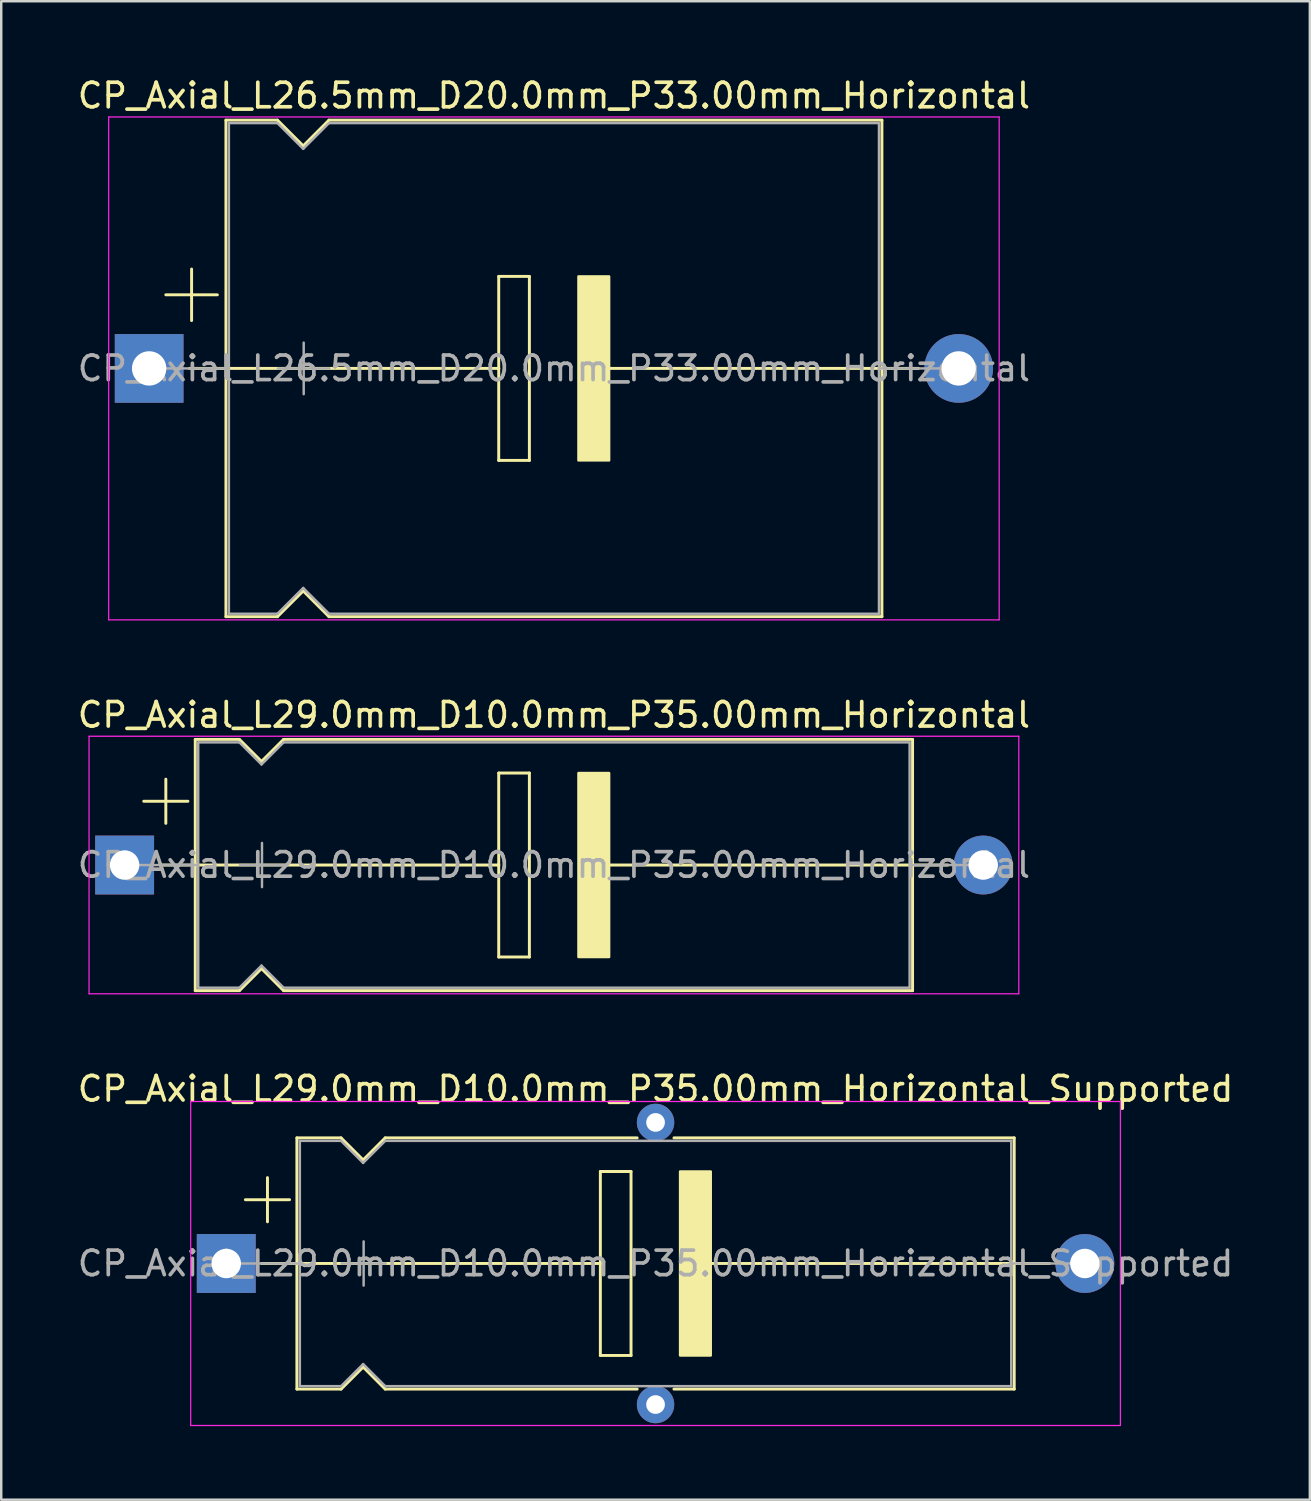
<source format=kicad_pcb>
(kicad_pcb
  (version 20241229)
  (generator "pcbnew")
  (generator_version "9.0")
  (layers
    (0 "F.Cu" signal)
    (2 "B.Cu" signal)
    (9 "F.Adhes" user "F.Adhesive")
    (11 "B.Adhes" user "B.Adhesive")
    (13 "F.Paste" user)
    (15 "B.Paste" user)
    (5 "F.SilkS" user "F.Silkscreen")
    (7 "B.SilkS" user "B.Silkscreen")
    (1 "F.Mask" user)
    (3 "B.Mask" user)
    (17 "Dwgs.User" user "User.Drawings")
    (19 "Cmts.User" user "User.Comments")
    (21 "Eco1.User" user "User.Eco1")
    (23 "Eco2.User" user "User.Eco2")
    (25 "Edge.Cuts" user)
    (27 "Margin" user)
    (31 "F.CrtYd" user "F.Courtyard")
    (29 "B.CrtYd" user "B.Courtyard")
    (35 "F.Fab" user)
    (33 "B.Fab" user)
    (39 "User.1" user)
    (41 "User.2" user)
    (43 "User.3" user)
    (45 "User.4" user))
  (footprint "CP_Axial_L29.0mm_D10.0mm_P35.00mm_Horizontal_Supported"
    (layer "F.Cu")
    (at 6.173 48.455)
    (property "Reference" "CP_Axial_L29.0mm_D10.0mm_P35.00mm_Horizontal_Supported" (at 17.5 -7.12 0) (layer "F.SilkS") (effects (font (size 1 1) (thickness 0.15))))
    (attr through_hole)
    (fp_line (start 0.78 -2.6) (end 2.58 -2.6) (stroke (width 0.12) (type solid)) (layer "F.SilkS"))
    (fp_line (start 1.44 0) (end 2.88 0) (stroke (width 0.12) (type solid)) (layer "F.SilkS"))
    (fp_line (start 1.68 -3.5) (end 1.68 -1.7) (stroke (width 0.12) (type solid)) (layer "F.SilkS"))
    (fp_line (start 2.88 -5.12) (end 2.88 5.12) (stroke (width 0.12) (type solid)) (layer "F.SilkS"))
    (fp_line (start 2.88 -5.12) (end 4.68 -5.12) (stroke (width 0.12) (type solid)) (layer "F.SilkS"))
    (fp_line (start 2.88 0) (end 15.25 0) (stroke (width 0.12) (type solid)) (layer "F.SilkS"))
    (fp_line (start 2.88 5.12) (end 4.68 5.12) (stroke (width 0.12) (type solid)) (layer "F.SilkS"))
    (fp_line (start 4.68 -5.12) (end 5.58 -4.22) (stroke (width 0.12) (type solid)) (layer "F.SilkS"))
    (fp_line (start 4.68 5.12) (end 5.58 4.22) (stroke (width 0.12) (type solid)) (layer "F.SilkS"))
    (fp_line (start 5.58 -4.22) (end 6.48 -5.12) (stroke (width 0.12) (type solid)) (layer "F.SilkS"))
    (fp_line (start 5.58 4.22) (end 6.48 5.12) (stroke (width 0.12) (type solid)) (layer "F.SilkS"))
    (fp_line (start 6.48 -5.12) (end 16.75 -5.12) (stroke (width 0.12) (type solid)) (layer "F.SilkS"))
    (fp_line (start 6.48 5.12) (end 16.75 5.12) (stroke (width 0.12) (type solid)) (layer "F.SilkS"))
    (fp_line (start 15.25 -3.75) (end 16.5 -3.75) (stroke (width 0.12) (type solid)) (layer "F.SilkS"))
    (fp_line (start 15.25 0) (end 15.25 -3.75) (stroke (width 0.12) (type solid)) (layer "F.SilkS"))
    (fp_line (start 15.25 3.75) (end 15.25 0) (stroke (width 0.12) (type solid)) (layer "F.SilkS"))
    (fp_line (start 16.5 -3.75) (end 16.5 3.75) (stroke (width 0.12) (type solid)) (layer "F.SilkS"))
    (fp_line (start 16.5 3.75) (end 15.25 3.75) (stroke (width 0.12) (type solid)) (layer "F.SilkS"))
    (fp_line (start 18.25 -5.12) (end 32.12 -5.12) (stroke (width 0.12) (type solid)) (layer "F.SilkS"))
    (fp_line (start 18.25 5.12) (end 32.12 5.12) (stroke (width 0.12) (type solid)) (layer "F.SilkS"))
    (fp_line (start 19.75 0) (end 32.131 0) (stroke (width 0.12) (type solid)) (layer "F.SilkS"))
    (fp_line (start 32.12 -5.12) (end 32.12 5.12) (stroke (width 0.12) (type solid)) (layer "F.SilkS"))
    (fp_line (start 33.56 0) (end 32.12 0) (stroke (width 0.12) (type solid)) (layer "F.SilkS"))
    (fp_poly (pts (xy 19.75 3.75) (xy 18.5 3.75) (xy 18.5 -3.75) (xy 19.75 -3.75)) (stroke (width 0.1) (type solid)) (fill yes) (layer "F.SilkS"))
    (fp_line (start -1.45 -6.604) (end -1.45 6.604) (stroke (width 0.05) (type solid)) (layer "F.CrtYd"))
    (fp_line (start -1.45 6.604) (end 36.45 6.604) (stroke (width 0.05) (type solid)) (layer "F.CrtYd"))
    (fp_line (start 36.449 6.604) (end 36.449 -6.604) (stroke (width 0.05) (type solid)) (layer "F.CrtYd"))
    (fp_line (start 36.45 -6.604) (end -1.45 -6.604) (stroke (width 0.05) (type solid)) (layer "F.CrtYd"))
    (fp_line (start 0 0) (end 3 0) (stroke (width 0.1) (type solid)) (layer "F.Fab"))
    (fp_line (start 3 -5) (end 3 5) (stroke (width 0.1) (type solid)) (layer "F.Fab"))
    (fp_line (start 3 -5) (end 4.68 -5) (stroke (width 0.1) (type solid)) (layer "F.Fab"))
    (fp_line (start 3 5) (end 4.68 5) (stroke (width 0.1) (type solid)) (layer "F.Fab"))
    (fp_line (start 4.68 -5) (end 5.58 -4.1) (stroke (width 0.1) (type solid)) (layer "F.Fab"))
    (fp_line (start 4.68 5) (end 5.58 4.1) (stroke (width 0.1) (type solid)) (layer "F.Fab"))
    (fp_line (start 4.7 0) (end 6.5 0) (stroke (width 0.1) (type solid)) (layer "F.Fab"))
    (fp_line (start 5.58 -4.1) (end 6.48 -5) (stroke (width 0.1) (type solid)) (layer "F.Fab"))
    (fp_line (start 5.58 4.1) (end 6.48 5) (stroke (width 0.1) (type solid)) (layer "F.Fab"))
    (fp_line (start 5.6 -0.9) (end 5.6 0.9) (stroke (width 0.1) (type solid)) (layer "F.Fab"))
    (fp_line (start 6.48 -5) (end 32 -5) (stroke (width 0.1) (type solid)) (layer "F.Fab"))
    (fp_line (start 6.48 5) (end 32 5) (stroke (width 0.1) (type solid)) (layer "F.Fab"))
    (fp_line (start 32 -5) (end 32 5) (stroke (width 0.1) (type solid)) (layer "F.Fab"))
    (fp_line (start 35 0) (end 32 0) (stroke (width 0.1) (type solid)) (layer "F.Fab"))
    (fp_text user "${REFERENCE}" (at 17.5 0 0) (layer "F.Fab") (effects (font (size 1 1) (thickness 0.15))))
    (pad "" thru_hole circle (at 17.5 -5.75) (size 1.524 1.524) (drill 0.762) (layers "*.Cu" "*.Mask"))
    (pad "" thru_hole circle (at 17.5 5.75) (size 1.524 1.524) (drill 0.762) (layers "*.Cu" "*.Mask"))
    (pad "1" thru_hole rect (at 0 0) (size 2.4 2.4) (drill 1.2) (layers "*.Cu" "*.Mask"))
    (pad "2" thru_hole oval (at 35 0) (size 2.4 2.4) (drill 1.2) (layers "*.Cu" "*.Mask")))
  (footprint "CP_Axial_L29.0mm_D10.0mm_P35.00mm_Horizontal"
    (layer "F.Cu")
    (at 2.03 32.212)
    (property "Reference" "CP_Axial_L29.0mm_D10.0mm_P35.00mm_Horizontal" (at 17.5 -6.12 0) (layer "F.SilkS") (effects (font (size 1 1) (thickness 0.15))))
    (attr through_hole)
    (fp_line (start 0.78 -2.6) (end 2.58 -2.6) (stroke (width 0.12) (type solid)) (layer "F.SilkS"))
    (fp_line (start 1.44 0) (end 2.88 0) (stroke (width 0.12) (type solid)) (layer "F.SilkS"))
    (fp_line (start 1.68 -3.5) (end 1.68 -1.7) (stroke (width 0.12) (type solid)) (layer "F.SilkS"))
    (fp_line (start 2.88 -5.12) (end 2.88 5.12) (stroke (width 0.12) (type solid)) (layer "F.SilkS"))
    (fp_line (start 2.88 -5.12) (end 4.68 -5.12) (stroke (width 0.12) (type solid)) (layer "F.SilkS"))
    (fp_line (start 2.88 0) (end 15.25 0) (stroke (width 0.12) (type solid)) (layer "F.SilkS"))
    (fp_line (start 2.88 5.12) (end 4.68 5.12) (stroke (width 0.12) (type solid)) (layer "F.SilkS"))
    (fp_line (start 4.68 -5.12) (end 5.58 -4.22) (stroke (width 0.12) (type solid)) (layer "F.SilkS"))
    (fp_line (start 4.68 5.12) (end 5.58 4.22) (stroke (width 0.12) (type solid)) (layer "F.SilkS"))
    (fp_line (start 5.58 -4.22) (end 6.48 -5.12) (stroke (width 0.12) (type solid)) (layer "F.SilkS"))
    (fp_line (start 5.58 4.22) (end 6.48 5.12) (stroke (width 0.12) (type solid)) (layer "F.SilkS"))
    (fp_line (start 6.48 -5.12) (end 32.12 -5.12) (stroke (width 0.12) (type solid)) (layer "F.SilkS"))
    (fp_line (start 6.48 5.12) (end 32.12 5.12) (stroke (width 0.12) (type solid)) (layer "F.SilkS"))
    (fp_line (start 15.25 -3.75) (end 16.5 -3.75) (stroke (width 0.12) (type solid)) (layer "F.SilkS"))
    (fp_line (start 15.25 0) (end 15.25 -3.75) (stroke (width 0.12) (type solid)) (layer "F.SilkS"))
    (fp_line (start 15.25 3.75) (end 15.25 0) (stroke (width 0.12) (type solid)) (layer "F.SilkS"))
    (fp_line (start 16.5 -3.75) (end 16.5 3.75) (stroke (width 0.12) (type solid)) (layer "F.SilkS"))
    (fp_line (start 16.5 3.75) (end 15.25 3.75) (stroke (width 0.12) (type solid)) (layer "F.SilkS"))
    (fp_line (start 19.75 0) (end 32.12 0) (stroke (width 0.12) (type solid)) (layer "F.SilkS"))
    (fp_line (start 32.12 -5.12) (end 32.12 5.12) (stroke (width 0.12) (type solid)) (layer "F.SilkS"))
    (fp_line (start 33.56 0) (end 32.12 0) (stroke (width 0.12) (type solid)) (layer "F.SilkS"))
    (fp_poly (pts (xy 19.75 3.75) (xy 18.5 3.75) (xy 18.5 -3.75) (xy 19.75 -3.75)) (stroke (width 0.1) (type solid)) (fill yes) (layer "F.SilkS"))
    (fp_line (start -1.45 -5.25) (end -1.45 5.25) (stroke (width 0.05) (type solid)) (layer "F.CrtYd"))
    (fp_line (start -1.45 5.25) (end 36.45 5.25) (stroke (width 0.05) (type solid)) (layer "F.CrtYd"))
    (fp_line (start 36.45 -5.25) (end -1.45 -5.25) (stroke (width 0.05) (type solid)) (layer "F.CrtYd"))
    (fp_line (start 36.45 5.25) (end 36.45 -5.25) (stroke (width 0.05) (type solid)) (layer "F.CrtYd"))
    (fp_line (start 0 0) (end 3 0) (stroke (width 0.1) (type solid)) (layer "F.Fab"))
    (fp_line (start 3 -5) (end 3 5) (stroke (width 0.1) (type solid)) (layer "F.Fab"))
    (fp_line (start 3 -5) (end 4.68 -5) (stroke (width 0.1) (type solid)) (layer "F.Fab"))
    (fp_line (start 3 5) (end 4.68 5) (stroke (width 0.1) (type solid)) (layer "F.Fab"))
    (fp_line (start 4.68 -5) (end 5.58 -4.1) (stroke (width 0.1) (type solid)) (layer "F.Fab"))
    (fp_line (start 4.68 5) (end 5.58 4.1) (stroke (width 0.1) (type solid)) (layer "F.Fab"))
    (fp_line (start 4.7 0) (end 6.5 0) (stroke (width 0.1) (type solid)) (layer "F.Fab"))
    (fp_line (start 5.58 -4.1) (end 6.48 -5) (stroke (width 0.1) (type solid)) (layer "F.Fab"))
    (fp_line (start 5.58 4.1) (end 6.48 5) (stroke (width 0.1) (type solid)) (layer "F.Fab"))
    (fp_line (start 5.6 -0.9) (end 5.6 0.9) (stroke (width 0.1) (type solid)) (layer "F.Fab"))
    (fp_line (start 6.48 -5) (end 32 -5) (stroke (width 0.1) (type solid)) (layer "F.Fab"))
    (fp_line (start 6.48 5) (end 32 5) (stroke (width 0.1) (type solid)) (layer "F.Fab"))
    (fp_line (start 32 -5) (end 32 5) (stroke (width 0.1) (type solid)) (layer "F.Fab"))
    (fp_line (start 35 0) (end 32 0) (stroke (width 0.1) (type solid)) (layer "F.Fab"))
    (fp_text user "${REFERENCE}" (at 17.5 0 0) (layer "F.Fab") (effects (font (size 1 1) (thickness 0.15))))
    (pad "1" thru_hole rect (at 0 0) (size 2.4 2.4) (drill 1.2) (layers "*.Cu" "*.Mask"))
    (pad "2" thru_hole oval (at 35 0) (size 2.4 2.4) (drill 1.2) (layers "*.Cu" "*.Mask")))
  (footprint "CP_Axial_L26.5mm_D20.0mm_P33.00mm_Horizontal"
    (layer "F.Cu")
    (at 3.03 11.968)
    (property "Reference" "CP_Axial_L26.5mm_D20.0mm_P33.00mm_Horizontal" (at 16.5 -11.12 0) (layer "F.SilkS") (effects (font (size 1 1) (thickness 0.15))))
    (attr through_hole)
    (fp_line (start 0.68 -3) (end 2.78 -3) (stroke (width 0.12) (type solid)) (layer "F.SilkS"))
    (fp_line (start 1.64 0) (end 3.13 0) (stroke (width 0.12) (type solid)) (layer "F.SilkS"))
    (fp_line (start 1.73 -4.05) (end 1.73 -1.95) (stroke (width 0.12) (type solid)) (layer "F.SilkS"))
    (fp_line (start 3.13 -10.12) (end 3.13 10.12) (stroke (width 0.12) (type solid)) (layer "F.SilkS"))
    (fp_line (start 3.13 -10.12) (end 5.23 -10.12) (stroke (width 0.12) (type solid)) (layer "F.SilkS"))
    (fp_line (start 3.13 0) (end 14.25 0) (stroke (width 0.12) (type solid)) (layer "F.SilkS"))
    (fp_line (start 3.13 10.12) (end 5.23 10.12) (stroke (width 0.12) (type solid)) (layer "F.SilkS"))
    (fp_line (start 5.23 -10.12) (end 6.28 -9.07) (stroke (width 0.12) (type solid)) (layer "F.SilkS"))
    (fp_line (start 5.23 10.12) (end 6.28 9.07) (stroke (width 0.12) (type solid)) (layer "F.SilkS"))
    (fp_line (start 6.28 -9.07) (end 7.33 -10.12) (stroke (width 0.12) (type solid)) (layer "F.SilkS"))
    (fp_line (start 6.28 9.07) (end 7.33 10.12) (stroke (width 0.12) (type solid)) (layer "F.SilkS"))
    (fp_line (start 7.33 -10.12) (end 29.87 -10.12) (stroke (width 0.12) (type solid)) (layer "F.SilkS"))
    (fp_line (start 7.33 10.12) (end 29.87 10.12) (stroke (width 0.12) (type solid)) (layer "F.SilkS"))
    (fp_line (start 14.25 -3.75) (end 15.5 -3.75) (stroke (width 0.12) (type solid)) (layer "F.SilkS"))
    (fp_line (start 14.25 0) (end 14.25 -3.75) (stroke (width 0.12) (type solid)) (layer "F.SilkS"))
    (fp_line (start 14.25 3.75) (end 14.25 0) (stroke (width 0.12) (type solid)) (layer "F.SilkS"))
    (fp_line (start 15.5 -3.75) (end 15.5 3.75) (stroke (width 0.12) (type solid)) (layer "F.SilkS"))
    (fp_line (start 15.5 3.75) (end 14.25 3.75) (stroke (width 0.12) (type solid)) (layer "F.SilkS"))
    (fp_line (start 18.75 0) (end 29.87 0) (stroke (width 0.12) (type solid)) (layer "F.SilkS"))
    (fp_line (start 29.87 -10.12) (end 29.87 10.12) (stroke (width 0.12) (type solid)) (layer "F.SilkS"))
    (fp_line (start 31.36 0) (end 29.87 0) (stroke (width 0.12) (type solid)) (layer "F.SilkS"))
    (fp_poly (pts (xy 18.75 3.75) (xy 17.5 3.75) (xy 17.5 -3.75) (xy 18.75 -3.75)) (stroke (width 0.1) (type solid)) (fill yes) (layer "F.SilkS"))
    (fp_line (start -1.65 -10.25) (end -1.65 10.25) (stroke (width 0.05) (type solid)) (layer "F.CrtYd"))
    (fp_line (start -1.65 10.25) (end 34.65 10.25) (stroke (width 0.05) (type solid)) (layer "F.CrtYd"))
    (fp_line (start 34.65 -10.25) (end -1.65 -10.25) (stroke (width 0.05) (type solid)) (layer "F.CrtYd"))
    (fp_line (start 34.65 10.25) (end 34.65 -10.25) (stroke (width 0.05) (type solid)) (layer "F.CrtYd"))
    (fp_line (start 0 0) (end 3.25 0) (stroke (width 0.1) (type solid)) (layer "F.Fab"))
    (fp_line (start 3.25 -10) (end 3.25 10) (stroke (width 0.1) (type solid)) (layer "F.Fab"))
    (fp_line (start 3.25 -10) (end 5.23 -10) (stroke (width 0.1) (type solid)) (layer "F.Fab"))
    (fp_line (start 3.25 10) (end 5.23 10) (stroke (width 0.1) (type solid)) (layer "F.Fab"))
    (fp_line (start 5.23 -10) (end 6.28 -8.95) (stroke (width 0.1) (type solid)) (layer "F.Fab"))
    (fp_line (start 5.23 10) (end 6.28 8.95) (stroke (width 0.1) (type solid)) (layer "F.Fab"))
    (fp_line (start 5.25 0) (end 7.35 0) (stroke (width 0.1) (type solid)) (layer "F.Fab"))
    (fp_line (start 6.28 -8.95) (end 7.33 -10) (stroke (width 0.1) (type solid)) (layer "F.Fab"))
    (fp_line (start 6.28 8.95) (end 7.33 10) (stroke (width 0.1) (type solid)) (layer "F.Fab"))
    (fp_line (start 6.3 -1.05) (end 6.3 1.05) (stroke (width 0.1) (type solid)) (layer "F.Fab"))
    (fp_line (start 7.33 -10) (end 29.75 -10) (stroke (width 0.1) (type solid)) (layer "F.Fab"))
    (fp_line (start 7.33 10) (end 29.75 10) (stroke (width 0.1) (type solid)) (layer "F.Fab"))
    (fp_line (start 29.75 -10) (end 29.75 10) (stroke (width 0.1) (type solid)) (layer "F.Fab"))
    (fp_line (start 33 0) (end 29.75 0) (stroke (width 0.1) (type solid)) (layer "F.Fab"))
    (fp_text user "${REFERENCE}" (at 16.5 0 0) (layer "F.Fab") (effects (font (size 1 1) (thickness 0.15))))
    (pad "1" thru_hole rect (at 0 0) (size 2.8 2.8) (drill 1.4) (layers "*.Cu" "*.Mask"))
    (pad "2" thru_hole oval (at 33 0) (size 2.8 2.8) (drill 1.4) (layers "*.Cu" "*.Mask")))
  (gr_rect
    (start -3 -3)
    (end 50.345 58.084)
    (stroke (width 0.1) (type default))
    (fill no)
    (layer "Edge.Cuts")))
</source>
